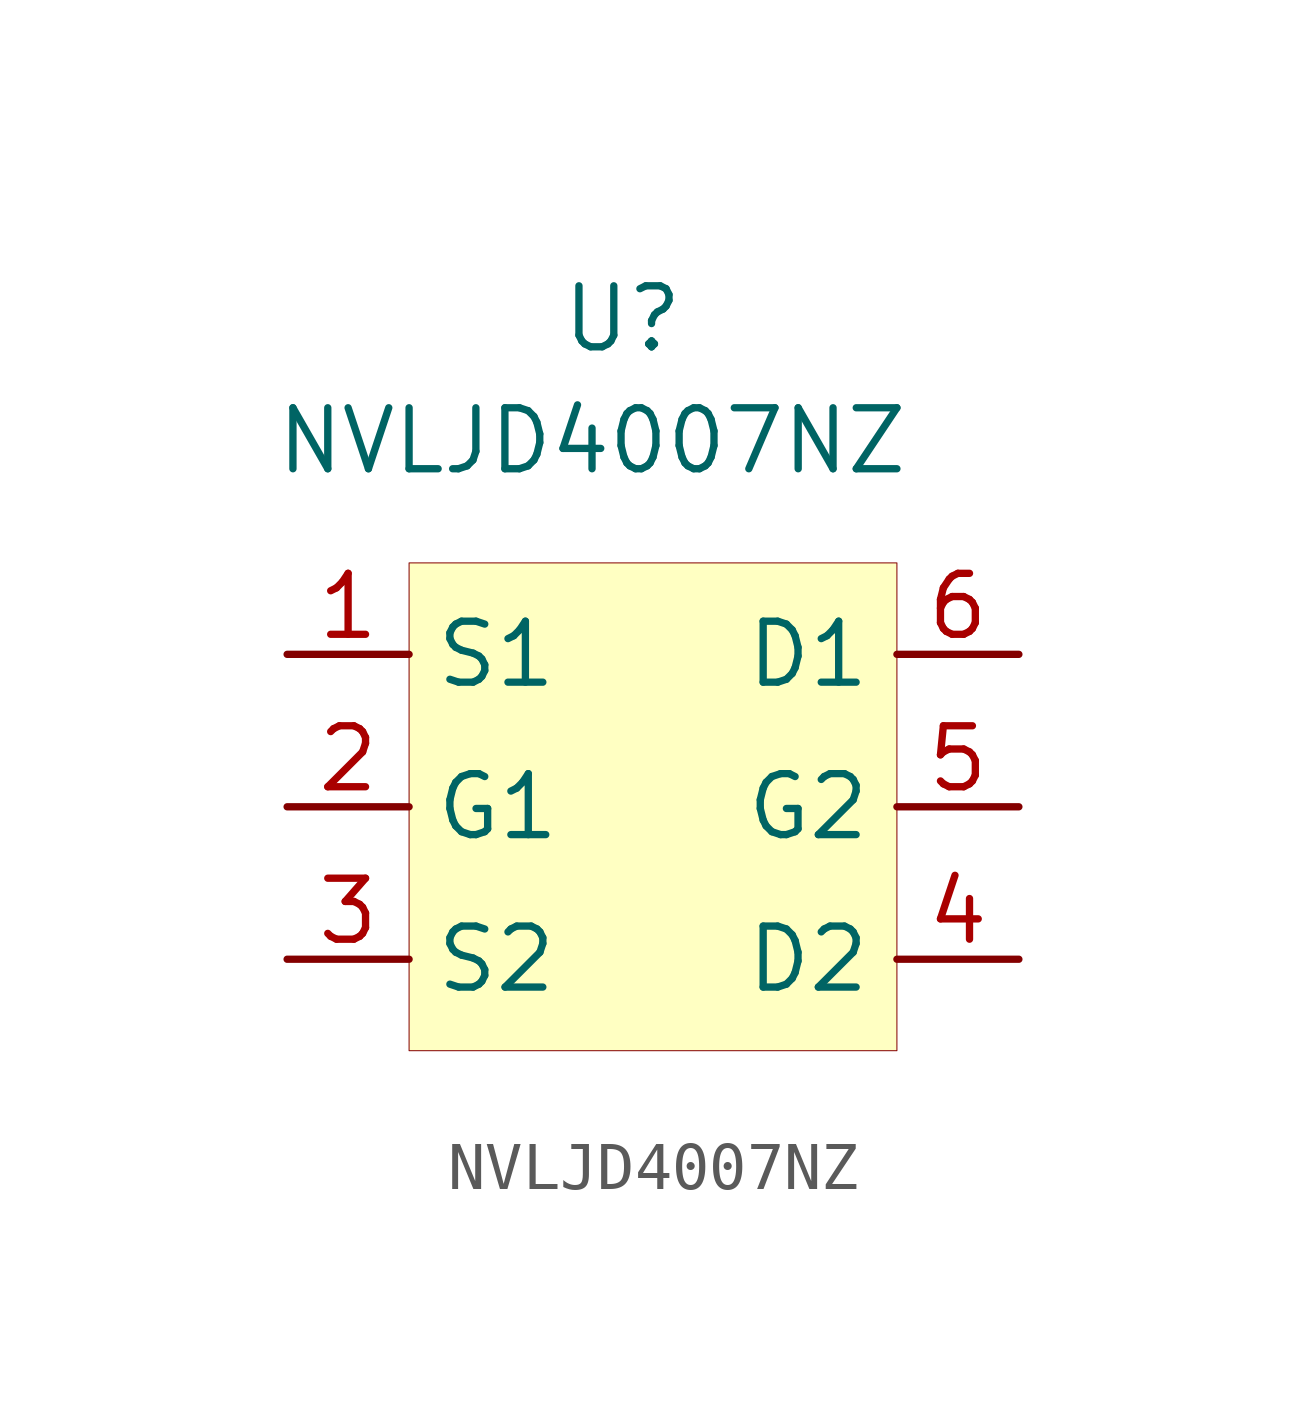
<source format=kicad_sym>
(kicad_symbol_lib
  (version 20201005)
  (generator kicad_symbol_editor)
  (symbol "NVLJD4007NZ:NVLJD4007NZ"
    (property "Reference" "U"
      (at 0 10.16 0)
      (effects (font (size 1.27 1.27))))
    (property "Value" "NVLJD4007NZ"
      (at -0.635 7.62 0)
      (effects (font (size 1.27 1.27))))
    (symbol "NVLJD4007NZ_0_1"
      (rectangle (start -4.445 5.08) (end 5.715 -5.08) (stroke (width 0.001)) (fill (type background))))
    (symbol "NVLJD4007NZ_1_1"
      (pin input line (at -6.985 3.175 0) (length 2.54) (name "S1" (effects (font (size 1.27 1.27)))) (number "1" (effects (font (size 1.27 1.27)))))
      (pin input line (at -6.985 0 0) (length 2.54) (name "G1" (effects (font (size 1.27 1.27)))) (number "2" (effects (font (size 1.27 1.27)))))
      (pin input line (at -6.985 -3.175 0) (length 2.54) (name "S2" (effects (font (size 1.27 1.27)))) (number "3" (effects (font (size 1.27 1.27)))))
      (pin input line (at 8.255 3.175 180) (length 2.54) (name "D1" (effects (font (size 1.27 1.27)))) (number "6" (effects (font (size 1.27 1.27)))))
      (pin input line (at 8.255 0 180) (length 2.54) (name "G2" (effects (font (size 1.27 1.27)))) (number "5" (effects (font (size 1.27 1.27)))))
      (pin input line (at 8.255 -3.175 180) (length 2.54) (name "D2" (effects (font (size 1.27 1.27)))) (number "4" (effects (font (size 1.27 1.27))))))))
</source>
